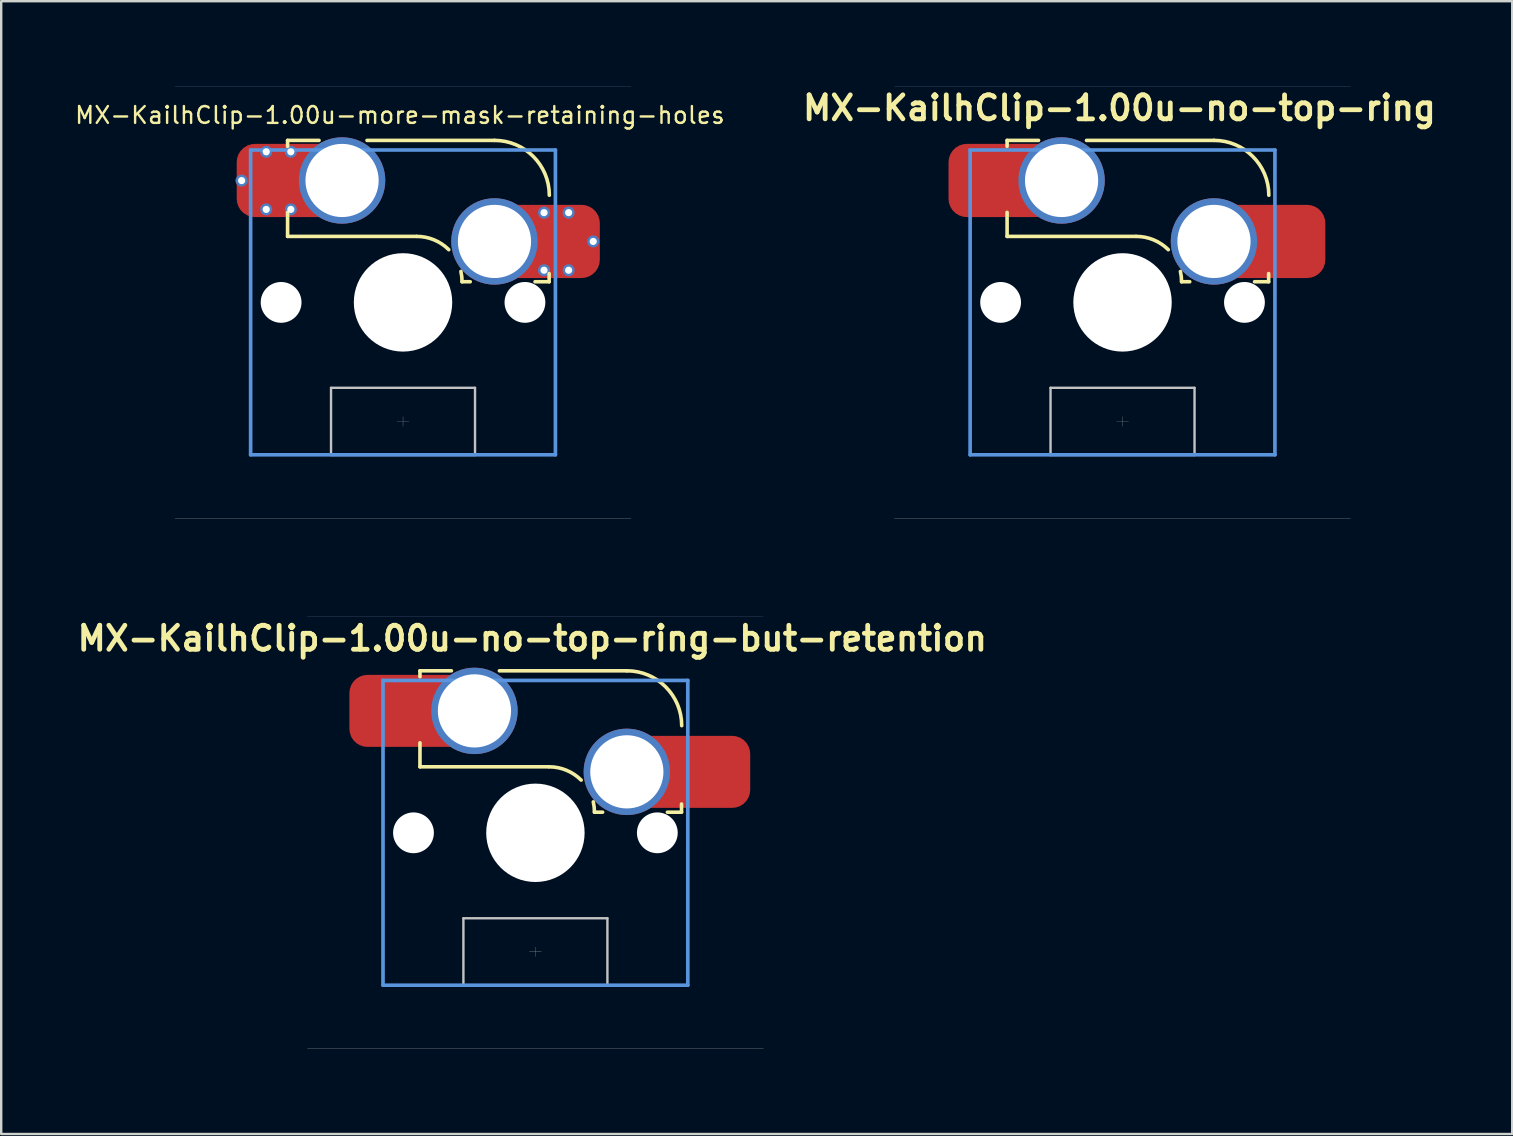
<source format=kicad_pcb>
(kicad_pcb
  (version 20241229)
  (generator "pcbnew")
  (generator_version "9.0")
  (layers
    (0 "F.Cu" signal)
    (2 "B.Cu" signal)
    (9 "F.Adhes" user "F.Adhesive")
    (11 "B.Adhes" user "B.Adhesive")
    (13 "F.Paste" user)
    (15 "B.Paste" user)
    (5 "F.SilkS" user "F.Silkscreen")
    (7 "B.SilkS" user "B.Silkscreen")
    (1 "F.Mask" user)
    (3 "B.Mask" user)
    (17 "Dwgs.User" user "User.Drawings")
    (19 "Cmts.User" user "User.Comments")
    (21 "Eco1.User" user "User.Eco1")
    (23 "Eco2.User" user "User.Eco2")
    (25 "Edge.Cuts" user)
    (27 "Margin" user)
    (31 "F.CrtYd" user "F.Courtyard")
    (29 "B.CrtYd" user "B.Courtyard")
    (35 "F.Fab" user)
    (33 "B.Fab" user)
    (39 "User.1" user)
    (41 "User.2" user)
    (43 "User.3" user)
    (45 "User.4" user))
  (footprint "MX-KailhClip-1.00u-more-mask-retaining-holes"
    (layer "F.Cu")
    (at 13.743 9.55)
    (property "Reference" "MX-KailhClip-1.00u-more-mask-retaining-holes" (at -0.13 -7.8 0) (layer "F.SilkS") (effects (font (size 0.7 0.7) (thickness 0.1))))
    (attr smd)
    (fp_line (start -4.81 -6.75) (end -4.81 -6.5) (stroke (width 0.15) (type solid)) (layer "F.SilkS"))
    (fp_line (start -4.81 -6.75) (end -3.5 -6.75) (stroke (width 0.15) (type solid)) (layer "F.SilkS"))
    (fp_line (start -4.81 -3.75) (end -4.81 -2.75) (stroke (width 0.15) (type solid)) (layer "F.SilkS"))
    (fp_line (start -4.81 -2.75) (end 0.55 -2.75) (stroke (width 0.15) (type solid)) (layer "F.SilkS"))
    (fp_line (start -1.5 -6.75) (end 3.81 -6.75) (stroke (width 0.15) (type solid)) (layer "F.SilkS"))
    (fp_line (start 2.8 -0.86) (end 2.46 -0.86) (stroke (width 0.15) (type solid)) (layer "F.SilkS"))
    (fp_line (start 6.088 -1.2) (end 6.088 -0.86) (stroke (width 0.15) (type solid)) (layer "F.SilkS"))
    (fp_line (start 6.088 -0.86) (end 5.5 -0.86) (stroke (width 0.15) (type solid)) (layer "F.SilkS"))
    (fp_arc (start 0.57 -2.75) (mid 1.293272 -2.606132) (end 1.906432 -2.196432) (stroke (width 0.15) (type solid)) (layer "F.SilkS"))
    (fp_arc (start 2.412003 -1.288719) (mid 2.447963 -1.075699) (end 2.46 -0.86) (stroke (width 0.15) (type solid)) (layer "F.SilkS"))
    (fp_arc (start 3.81 -6.751) (mid 5.426446 -6.081446) (end 6.096 -4.465) (stroke (width 0.15) (type solid)) (layer "F.SilkS"))
    (fp_line (start -9.55 0) (end -9.5 -0.1) (stroke (width 0.001) (type solid)) (layer "Dwgs.User"))
    (fp_line (start -9.55 0) (end -9.5 0.1) (stroke (width 0.001) (type solid)) (layer "Dwgs.User"))
    (fp_line (start -9.5 -9.5) (end 9.5 -9.5) (stroke (width 0.001) (type solid)) (layer "Dwgs.User"))
    (fp_line (start -9.5 0) (end -9.55 0) (stroke (width 0.001) (type solid)) (layer "Dwgs.User"))
    (fp_line (start -9.5 9.5) (end -9.5 -9.5) (stroke (width 0.001) (type solid)) (layer "Dwgs.User"))
    (fp_line (start -3 3.56) (end -3 6.36) (stroke (width 0.1) (type solid)) (layer "Dwgs.User"))
    (fp_line (start -3 3.56) (end 3 3.56) (stroke (width 0.1) (type solid)) (layer "Dwgs.User"))
    (fp_line (start -0.25 4.96) (end 0.25 4.96) (stroke (width 0.01) (type solid)) (layer "Dwgs.User"))
    (fp_line (start 0 -9.55) (end -0.1 -9.5) (stroke (width 0.001) (type solid)) (layer "Dwgs.User"))
    (fp_line (start 0 -9.55) (end 0.1 -9.5) (stroke (width 0.001) (type solid)) (layer "Dwgs.User"))
    (fp_line (start 0 -9.5) (end 0 -9.55) (stroke (width 0.001) (type solid)) (layer "Dwgs.User"))
    (fp_line (start 0 5.16) (end 0 4.76) (stroke (width 0.01) (type solid)) (layer "Dwgs.User"))
    (fp_line (start 0 9.5) (end 0 9.55) (stroke (width 0.001) (type solid)) (layer "Dwgs.User"))
    (fp_line (start 0 9.55) (end -0.1 9.5) (stroke (width 0.001) (type solid)) (layer "Dwgs.User"))
    (fp_line (start 0 9.55) (end 0.1 9.5) (stroke (width 0.001) (type solid)) (layer "Dwgs.User"))
    (fp_line (start 3 3.56) (end 3 6.36) (stroke (width 0.1) (type solid)) (layer "Dwgs.User"))
    (fp_line (start 3 6.36) (end -3 6.36) (stroke (width 0.1) (type solid)) (layer "Dwgs.User"))
    (fp_line (start 9.5 -9.5) (end 9.5 9.5) (stroke (width 0.001) (type solid)) (layer "Dwgs.User"))
    (fp_line (start 9.5 0) (end 9.55 0) (stroke (width 0.001) (type solid)) (layer "Dwgs.User"))
    (fp_line (start 9.5 9.5) (end -9.5 9.5) (stroke (width 0.001) (type solid)) (layer "Dwgs.User"))
    (fp_line (start 9.55 0) (end 9.5 -0.1) (stroke (width 0.001) (type solid)) (layer "Dwgs.User"))
    (fp_line (start 9.55 0) (end 9.5 0.1) (stroke (width 0.001) (type solid)) (layer "Dwgs.User"))
    (fp_line (start -6.35 -6.35) (end 6.35 -6.35) (stroke (width 0.152) (type solid)) (layer "Cmts.User"))
    (fp_line (start -6.35 6.35) (end -6.35 -6.35) (stroke (width 0.152) (type solid)) (layer "Cmts.User"))
    (fp_line (start 0 1) (end 0 -1) (stroke (width 0.001) (type solid)) (layer "Cmts.User"))
    (fp_line (start 1 0) (end -1 0) (stroke (width 0.001) (type solid)) (layer "Cmts.User"))
    (fp_line (start 6.35 -6.35) (end 6.35 6.35) (stroke (width 0.152) (type solid)) (layer "Cmts.User"))
    (fp_line (start 6.35 6.35) (end -6.35 6.35) (stroke (width 0.152) (type solid)) (layer "Cmts.User"))
    (fp_line (start -7.8 -6.985) (end 7.8 -6.985) (stroke (width 0.152) (type solid)) (layer "Eco1.User"))
    (fp_line (start -7.8 6.985) (end -7.8 -6.985) (stroke (width 0.152) (type solid)) (layer "Eco1.User"))
    (fp_line (start 7.8 -6.985) (end 7.8 6.985) (stroke (width 0.152) (type solid)) (layer "Eco1.User"))
    (fp_line (start 7.8 6.985) (end -7.8 6.985) (stroke (width 0.152) (type solid)) (layer "Eco1.User"))
    (fp_line (start -7 -7) (end 7 -7) (stroke (width 0.01) (type solid)) (layer "Eco2.User"))
    (fp_line (start -7 7) (end -7 -7) (stroke (width 0.01) (type solid)) (layer "Eco2.User"))
    (fp_line (start 7 -7) (end 7 7) (stroke (width 0.01) (type solid)) (layer "Eco2.User"))
    (fp_line (start 7 7) (end -7 7) (stroke (width 0.01) (type solid)) (layer "Eco2.User"))
    (fp_line (start -9.5 -9) (end 9.5 -9) (stroke (width 0.01) (type solid)) (layer "B.Fab"))
    (fp_line (start -9.5 9) (end 9.5 9) (stroke (width 0.01) (type solid)) (layer "F.Fab"))
    (pad "" np_thru_hole circle (at -5.08 0) (size 1.7 1.7) (drill 1.7) (layers "*.Cu" "*.Mask"))
    (pad "" np_thru_hole circle (at 0 0) (size 4.1 4.1) (drill 4.1) (layers "*.Cu" "*.Mask"))
    (pad "" np_thru_hole circle (at 5.08 0) (size 1.7 1.7) (drill 1.7) (layers "*.Cu" "*.Mask"))
    (pad "1" thru_hole circle (at -6.725 -5.075) (size 0.5 0.5) (drill 0.3) (layers "*.Cu" "*.Mask"))
    (pad "1" thru_hole circle (at -5.7 -6.275) (size 0.5 0.5) (drill 0.3) (layers "*.Cu" "*.Mask"))
    (pad "1" smd roundrect (at -5.7 -5.075) (size 2.05 2.4) (layers "F.Cu" "F.Mask" "F.Paste") (roundrect_rratio 0.25))
    (pad "1" thru_hole circle (at -5.7 -3.875) (size 0.5 0.5) (drill 0.3) (layers "*.Cu" "*.Mask"))
    (pad "1" smd roundrect (at -4.73 -5.08) (size 4.4 3.05) (layers "F.Cu") (roundrect_rratio 0.25))
    (pad "1" thru_hole circle (at -4.675 -6.275) (size 0.5 0.5) (drill 0.3) (layers "*.Cu" "*.Mask"))
    (pad "1" thru_hole circle (at -4.675 -3.875) (size 0.5 0.5) (drill 0.3) (layers "*.Cu" "*.Mask"))
    (pad "1" thru_hole circle (at -2.54 -5.08) (size 3.6 3.6) (drill 3.05) (layers "*.Cu" "F.Mask"))
    (pad "2" thru_hole circle (at 3.81 -2.54) (size 3.6 3.6) (drill 3.05) (layers "*.Cu" "F.Mask"))
    (pad "2" thru_hole circle (at 5.875 -3.74) (size 0.5 0.5) (drill 0.3) (layers "*.Cu" "*.Mask"))
    (pad "2" thru_hole circle (at 5.875 -1.34) (size 0.5 0.5) (drill 0.3) (layers "*.Cu" "*.Mask"))
    (pad "2" smd roundrect (at 6 -2.54) (size 4.4 3.05) (layers "F.Cu") (roundrect_rratio 0.25))
    (pad "2" thru_hole circle (at 6.9 -3.74) (size 0.5 0.5) (drill 0.3) (layers "*.Cu" "*.Mask"))
    (pad "2" smd roundrect (at 6.9 -2.54) (size 2.05 2.4) (layers "F.Cu" "F.Mask" "F.Paste") (roundrect_rratio 0.25))
    (pad "2" thru_hole circle (at 6.9 -1.34) (size 0.5 0.5) (drill 0.3) (layers "*.Cu" "*.Mask"))
    (pad "2" thru_hole circle (at 7.925 -2.54) (size 0.5 0.5) (drill 0.3) (layers "*.Cu" "*.Mask")))
  (footprint "MX-KailhClip-1.00u-no-top-ring"
    (layer "F.Cu")
    (at 43.723 9.55)
    (property "Reference" "MX-KailhClip-1.00u-no-top-ring" (at -0.13 -8.1 0) (layer "F.SilkS") (effects (font (size 1 1) (thickness 0.2))))
    (attr smd)
    (fp_line (start -4.81 -6.75) (end -4.81 -6.5) (stroke (width 0.15) (type solid)) (layer "F.SilkS"))
    (fp_line (start -4.81 -6.75) (end -3.5 -6.75) (stroke (width 0.15) (type solid)) (layer "F.SilkS"))
    (fp_line (start -4.81 -3.75) (end -4.81 -2.75) (stroke (width 0.15) (type solid)) (layer "F.SilkS"))
    (fp_line (start -4.81 -2.75) (end 0.55 -2.75) (stroke (width 0.15) (type solid)) (layer "F.SilkS"))
    (fp_line (start -1.5 -6.75) (end 3.81 -6.75) (stroke (width 0.15) (type solid)) (layer "F.SilkS"))
    (fp_line (start 2.8 -0.86) (end 2.46 -0.86) (stroke (width 0.15) (type solid)) (layer "F.SilkS"))
    (fp_line (start 6.088 -1.2) (end 6.088 -0.86) (stroke (width 0.15) (type solid)) (layer "F.SilkS"))
    (fp_line (start 6.088 -0.86) (end 5.5 -0.86) (stroke (width 0.15) (type solid)) (layer "F.SilkS"))
    (fp_arc (start 0.57 -2.75) (mid 1.293272 -2.606132) (end 1.906432 -2.196432) (stroke (width 0.15) (type solid)) (layer "F.SilkS"))
    (fp_arc (start 2.412003 -1.288719) (mid 2.447963 -1.075699) (end 2.46 -0.86) (stroke (width 0.15) (type solid)) (layer "F.SilkS"))
    (fp_arc (start 3.81 -6.751) (mid 5.426446 -6.081446) (end 6.096 -4.465) (stroke (width 0.15) (type solid)) (layer "F.SilkS"))
    (fp_line (start -9.55 0) (end -9.5 -0.1) (stroke (width 0.001) (type solid)) (layer "Dwgs.User"))
    (fp_line (start -9.55 0) (end -9.5 0.1) (stroke (width 0.001) (type solid)) (layer "Dwgs.User"))
    (fp_line (start -9.5 -9.5) (end 9.5 -9.5) (stroke (width 0.001) (type solid)) (layer "Dwgs.User"))
    (fp_line (start -9.5 0) (end -9.55 0) (stroke (width 0.001) (type solid)) (layer "Dwgs.User"))
    (fp_line (start -9.5 9.5) (end -9.5 -9.5) (stroke (width 0.001) (type solid)) (layer "Dwgs.User"))
    (fp_line (start -3 3.56) (end -3 6.36) (stroke (width 0.1) (type solid)) (layer "Dwgs.User"))
    (fp_line (start -3 3.56) (end 3 3.56) (stroke (width 0.1) (type solid)) (layer "Dwgs.User"))
    (fp_line (start -0.25 4.96) (end 0.25 4.96) (stroke (width 0.01) (type solid)) (layer "Dwgs.User"))
    (fp_line (start 0 -9.55) (end -0.1 -9.5) (stroke (width 0.001) (type solid)) (layer "Dwgs.User"))
    (fp_line (start 0 -9.55) (end 0.1 -9.5) (stroke (width 0.001) (type solid)) (layer "Dwgs.User"))
    (fp_line (start 0 -9.5) (end 0 -9.55) (stroke (width 0.001) (type solid)) (layer "Dwgs.User"))
    (fp_line (start 0 5.16) (end 0 4.76) (stroke (width 0.01) (type solid)) (layer "Dwgs.User"))
    (fp_line (start 0 9.5) (end 0 9.55) (stroke (width 0.001) (type solid)) (layer "Dwgs.User"))
    (fp_line (start 0 9.55) (end -0.1 9.5) (stroke (width 0.001) (type solid)) (layer "Dwgs.User"))
    (fp_line (start 0 9.55) (end 0.1 9.5) (stroke (width 0.001) (type solid)) (layer "Dwgs.User"))
    (fp_line (start 3 3.56) (end 3 6.36) (stroke (width 0.1) (type solid)) (layer "Dwgs.User"))
    (fp_line (start 3 6.36) (end -3 6.36) (stroke (width 0.1) (type solid)) (layer "Dwgs.User"))
    (fp_line (start 9.5 -9.5) (end 9.5 9.5) (stroke (width 0.001) (type solid)) (layer "Dwgs.User"))
    (fp_line (start 9.5 0) (end 9.55 0) (stroke (width 0.001) (type solid)) (layer "Dwgs.User"))
    (fp_line (start 9.5 9.5) (end -9.5 9.5) (stroke (width 0.001) (type solid)) (layer "Dwgs.User"))
    (fp_line (start 9.55 0) (end 9.5 -0.1) (stroke (width 0.001) (type solid)) (layer "Dwgs.User"))
    (fp_line (start 9.55 0) (end 9.5 0.1) (stroke (width 0.001) (type solid)) (layer "Dwgs.User"))
    (fp_line (start -6.35 -6.35) (end 6.35 -6.35) (stroke (width 0.152) (type solid)) (layer "Cmts.User"))
    (fp_line (start -6.35 6.35) (end -6.35 -6.35) (stroke (width 0.152) (type solid)) (layer "Cmts.User"))
    (fp_line (start 0 1) (end 0 -1) (stroke (width 0.001) (type solid)) (layer "Cmts.User"))
    (fp_line (start 1 0) (end -1 0) (stroke (width 0.001) (type solid)) (layer "Cmts.User"))
    (fp_line (start 6.35 -6.35) (end 6.35 6.35) (stroke (width 0.152) (type solid)) (layer "Cmts.User"))
    (fp_line (start 6.35 6.35) (end -6.35 6.35) (stroke (width 0.152) (type solid)) (layer "Cmts.User"))
    (fp_line (start -7.8 -6.985) (end 7.8 -6.985) (stroke (width 0.152) (type solid)) (layer "Eco1.User"))
    (fp_line (start -7.8 6.985) (end -7.8 -6.985) (stroke (width 0.152) (type solid)) (layer "Eco1.User"))
    (fp_line (start 7.8 -6.985) (end 7.8 6.985) (stroke (width 0.152) (type solid)) (layer "Eco1.User"))
    (fp_line (start 7.8 6.985) (end -7.8 6.985) (stroke (width 0.152) (type solid)) (layer "Eco1.User"))
    (fp_line (start -7 -7) (end 7 -7) (stroke (width 0.01) (type solid)) (layer "Eco2.User"))
    (fp_line (start -7 7) (end -7 -7) (stroke (width 0.01) (type solid)) (layer "Eco2.User"))
    (fp_line (start 7 -7) (end 7 7) (stroke (width 0.01) (type solid)) (layer "Eco2.User"))
    (fp_line (start 7 7) (end -7 7) (stroke (width 0.01) (type solid)) (layer "Eco2.User"))
    (fp_line (start -9.5 -9) (end 9.5 -9) (stroke (width 0.01) (type solid)) (layer "B.Fab"))
    (fp_line (start -9.5 9) (end 9.5 9) (stroke (width 0.01) (type solid)) (layer "F.Fab"))
    (pad "" np_thru_hole circle (at -5.08 0) (size 1.7 1.7) (drill 1.7) (layers "*.Cu" "*.Mask"))
    (pad "" np_thru_hole circle (at 0 0) (size 4.1 4.1) (drill 4.1) (layers "*.Cu" "*.Mask"))
    (pad "" np_thru_hole circle (at 5.08 0) (size 1.7 1.7) (drill 1.7) (layers "*.Cu" "*.Mask"))
    (pad "1" smd roundrect (at -5.7 -5.075) (size 2.55 2.5) (layers "F.Cu" "F.Mask" "F.Paste") (roundrect_rratio 0.25))
    (pad "1" smd roundrect (at -5 -5.08) (size 4.5 3.05) (layers "F.Cu") (roundrect_rratio 0.25))
    (pad "1" thru_hole circle (at -2.54 -5.08) (size 3.6 3.6) (drill 3.05) (layers "*.Cu" "F.Mask"))
    (pad "2" thru_hole circle (at 3.81 -2.54) (size 3.6 3.6) (drill 3.05) (layers "*.Cu" "F.Mask"))
    (pad "2" smd roundrect (at 6.2 -2.54) (size 4.5 3.05) (layers "F.Cu") (roundrect_rratio 0.25))
    (pad "2" smd roundrect (at 6.9 -2.54) (size 2.55 2.5) (layers "F.Cu" "F.Mask" "F.Paste") (roundrect_rratio 0.25)))
  (footprint "MX-KailhClip-1.00u-no-top-ring-but-retention"
    (layer "F.Cu")
    (at 19.259 31.651)
    (property "Reference" "MX-KailhClip-1.00u-no-top-ring-but-retention" (at -0.13 -8.1 0) (layer "F.SilkS") (effects (font (size 1 1) (thickness 0.2))))
    (attr smd)
    (fp_line (start -4.81 -6.75) (end -4.81 -6.5) (stroke (width 0.15) (type solid)) (layer "F.SilkS"))
    (fp_line (start -4.81 -6.75) (end -3.5 -6.75) (stroke (width 0.15) (type solid)) (layer "F.SilkS"))
    (fp_line (start -4.81 -3.75) (end -4.81 -2.75) (stroke (width 0.15) (type solid)) (layer "F.SilkS"))
    (fp_line (start -4.81 -2.75) (end 0.55 -2.75) (stroke (width 0.15) (type solid)) (layer "F.SilkS"))
    (fp_line (start -1.5 -6.75) (end 3.81 -6.75) (stroke (width 0.15) (type solid)) (layer "F.SilkS"))
    (fp_line (start 2.8 -0.86) (end 2.46 -0.86) (stroke (width 0.15) (type solid)) (layer "F.SilkS"))
    (fp_line (start 6.088 -1.2) (end 6.088 -0.86) (stroke (width 0.15) (type solid)) (layer "F.SilkS"))
    (fp_line (start 6.088 -0.86) (end 5.5 -0.86) (stroke (width 0.15) (type solid)) (layer "F.SilkS"))
    (fp_arc (start 0.57 -2.75) (mid 1.293272 -2.606132) (end 1.906432 -2.196432) (stroke (width 0.15) (type solid)) (layer "F.SilkS"))
    (fp_arc (start 2.412003 -1.288719) (mid 2.447963 -1.075699) (end 2.46 -0.86) (stroke (width 0.15) (type solid)) (layer "F.SilkS"))
    (fp_arc (start 3.81 -6.751) (mid 5.426446 -6.081446) (end 6.096 -4.465) (stroke (width 0.15) (type solid)) (layer "F.SilkS"))
    (fp_line (start -9.55 0) (end -9.5 -0.1) (stroke (width 0.001) (type solid)) (layer "Dwgs.User"))
    (fp_line (start -9.55 0) (end -9.5 0.1) (stroke (width 0.001) (type solid)) (layer "Dwgs.User"))
    (fp_line (start -9.5 -9.5) (end 9.5 -9.5) (stroke (width 0.001) (type solid)) (layer "Dwgs.User"))
    (fp_line (start -9.5 0) (end -9.55 0) (stroke (width 0.001) (type solid)) (layer "Dwgs.User"))
    (fp_line (start -9.5 9.5) (end -9.5 -9.5) (stroke (width 0.001) (type solid)) (layer "Dwgs.User"))
    (fp_line (start -3 3.56) (end -3 6.36) (stroke (width 0.1) (type solid)) (layer "Dwgs.User"))
    (fp_line (start -3 3.56) (end 3 3.56) (stroke (width 0.1) (type solid)) (layer "Dwgs.User"))
    (fp_line (start -0.25 4.96) (end 0.25 4.96) (stroke (width 0.01) (type solid)) (layer "Dwgs.User"))
    (fp_line (start 0 -9.55) (end -0.1 -9.5) (stroke (width 0.001) (type solid)) (layer "Dwgs.User"))
    (fp_line (start 0 -9.55) (end 0.1 -9.5) (stroke (width 0.001) (type solid)) (layer "Dwgs.User"))
    (fp_line (start 0 -9.5) (end 0 -9.55) (stroke (width 0.001) (type solid)) (layer "Dwgs.User"))
    (fp_line (start 0 5.16) (end 0 4.76) (stroke (width 0.01) (type solid)) (layer "Dwgs.User"))
    (fp_line (start 0 9.5) (end 0 9.55) (stroke (width 0.001) (type solid)) (layer "Dwgs.User"))
    (fp_line (start 0 9.55) (end -0.1 9.5) (stroke (width 0.001) (type solid)) (layer "Dwgs.User"))
    (fp_line (start 0 9.55) (end 0.1 9.5) (stroke (width 0.001) (type solid)) (layer "Dwgs.User"))
    (fp_line (start 3 3.56) (end 3 6.36) (stroke (width 0.1) (type solid)) (layer "Dwgs.User"))
    (fp_line (start 3 6.36) (end -3 6.36) (stroke (width 0.1) (type solid)) (layer "Dwgs.User"))
    (fp_line (start 9.5 -9.5) (end 9.5 9.5) (stroke (width 0.001) (type solid)) (layer "Dwgs.User"))
    (fp_line (start 9.5 0) (end 9.55 0) (stroke (width 0.001) (type solid)) (layer "Dwgs.User"))
    (fp_line (start 9.5 9.5) (end -9.5 9.5) (stroke (width 0.001) (type solid)) (layer "Dwgs.User"))
    (fp_line (start 9.55 0) (end 9.5 -0.1) (stroke (width 0.001) (type solid)) (layer "Dwgs.User"))
    (fp_line (start 9.55 0) (end 9.5 0.1) (stroke (width 0.001) (type solid)) (layer "Dwgs.User"))
    (fp_line (start -6.35 -6.35) (end 6.35 -6.35) (stroke (width 0.152) (type solid)) (layer "Cmts.User"))
    (fp_line (start -6.35 6.35) (end -6.35 -6.35) (stroke (width 0.152) (type solid)) (layer "Cmts.User"))
    (fp_line (start 0 1) (end 0 -1) (stroke (width 0.001) (type solid)) (layer "Cmts.User"))
    (fp_line (start 1 0) (end -1 0) (stroke (width 0.001) (type solid)) (layer "Cmts.User"))
    (fp_line (start 6.35 -6.35) (end 6.35 6.35) (stroke (width 0.152) (type solid)) (layer "Cmts.User"))
    (fp_line (start 6.35 6.35) (end -6.35 6.35) (stroke (width 0.152) (type solid)) (layer "Cmts.User"))
    (fp_line (start -7.8 -6.985) (end 7.8 -6.985) (stroke (width 0.152) (type solid)) (layer "Eco1.User"))
    (fp_line (start -7.8 6.985) (end -7.8 -6.985) (stroke (width 0.152) (type solid)) (layer "Eco1.User"))
    (fp_line (start 7.8 -6.985) (end 7.8 6.985) (stroke (width 0.152) (type solid)) (layer "Eco1.User"))
    (fp_line (start 7.8 6.985) (end -7.8 6.985) (stroke (width 0.152) (type solid)) (layer "Eco1.User"))
    (fp_line (start -7 -7) (end 7 -7) (stroke (width 0.01) (type solid)) (layer "Eco2.User"))
    (fp_line (start -7 7) (end -7 -7) (stroke (width 0.01) (type solid)) (layer "Eco2.User"))
    (fp_line (start 7 -7) (end 7 7) (stroke (width 0.01) (type solid)) (layer "Eco2.User"))
    (fp_line (start 7 7) (end -7 7) (stroke (width 0.01) (type solid)) (layer "Eco2.User"))
    (fp_line (start -9.5 -9) (end 9.5 -9) (stroke (width 0.01) (type solid)) (layer "B.Fab"))
    (fp_line (start -9.5 9) (end 9.5 9) (stroke (width 0.01) (type solid)) (layer "F.Fab"))
    (pad "" np_thru_hole circle (at -5.08 0) (size 1.7 1.7) (drill 1.7) (layers "*.Cu" "*.Mask"))
    (pad "" np_thru_hole circle (at 0 0) (size 4.1 4.1) (drill 4.1) (layers "*.Cu" "*.Mask"))
    (pad "" np_thru_hole circle (at 5.08 0) (size 1.7 1.7) (drill 1.7) (layers "*.Cu" "*.Mask"))
    (pad "1" smd roundrect (at -6.125 -5.08) (size 2.55 2.5) (layers "F.Cu" "F.Mask" "F.Paste") (roundrect_rratio 0.25))
    (pad "1" smd roundrect (at -5 -5.08) (size 5.5 3) (layers "F.Cu") (roundrect_rratio 0.25))
    (pad "1" thru_hole circle (at -2.54 -5.08) (size 3.6 3.6) (drill 3.05) (layers "*.Cu" "F.Mask"))
    (pad "2" thru_hole circle (at 3.81 -2.54) (size 3.6 3.6) (drill 3.05) (layers "*.Cu" "F.Mask"))
    (pad "2" smd roundrect (at 6.2 -2.54) (size 5.5 3) (layers "F.Cu") (roundrect_rratio 0.25))
    (pad "2" smd roundrect (at 7.325 -2.54) (size 2.55 2.5) (layers "F.Cu" "F.Mask" "F.Paste") (roundrect_rratio 0.25)))
  (gr_rect
    (start -3 -3)
    (end 59.96 44.202)
    (stroke (width 0.1) (type default))
    (fill no)
    (layer "Edge.Cuts")))
</source>
